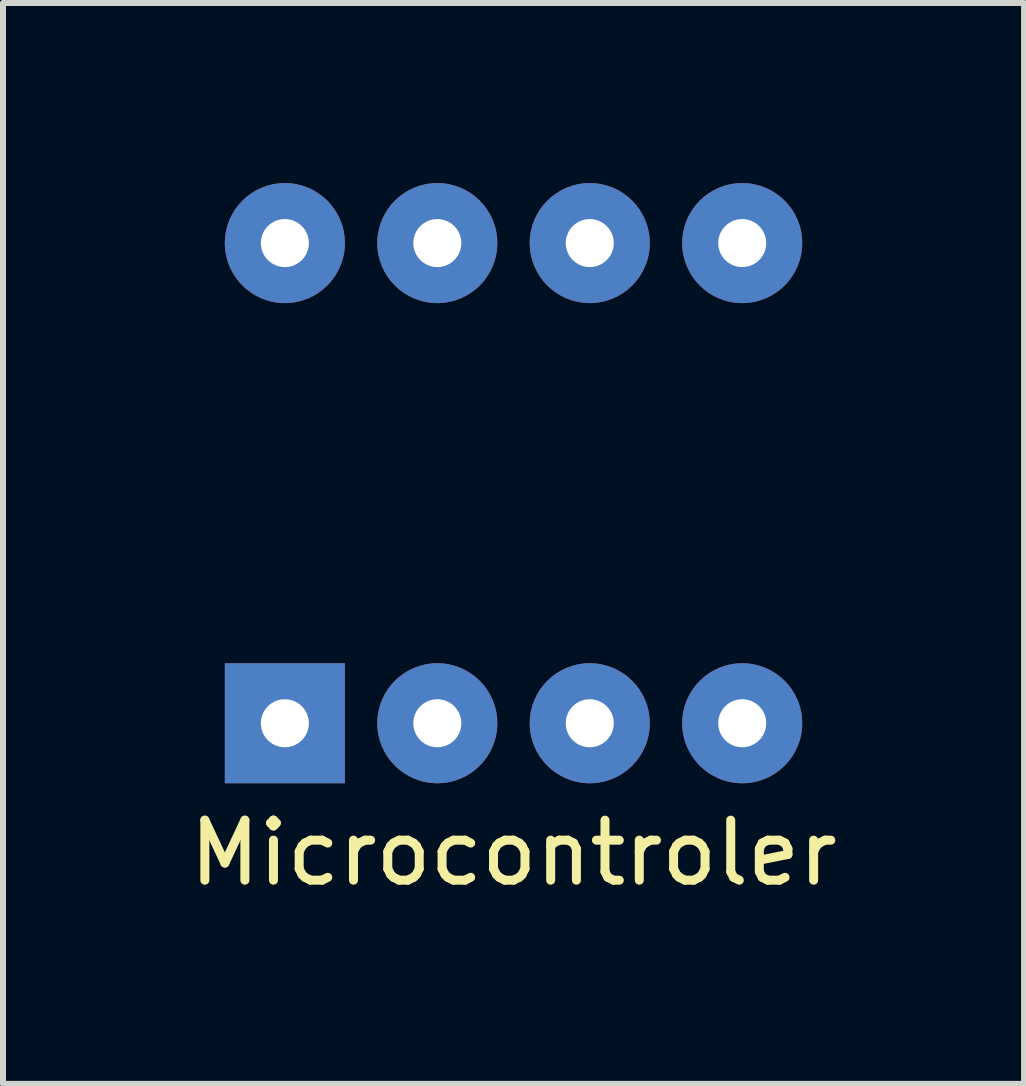
<source format=kicad_pcb>
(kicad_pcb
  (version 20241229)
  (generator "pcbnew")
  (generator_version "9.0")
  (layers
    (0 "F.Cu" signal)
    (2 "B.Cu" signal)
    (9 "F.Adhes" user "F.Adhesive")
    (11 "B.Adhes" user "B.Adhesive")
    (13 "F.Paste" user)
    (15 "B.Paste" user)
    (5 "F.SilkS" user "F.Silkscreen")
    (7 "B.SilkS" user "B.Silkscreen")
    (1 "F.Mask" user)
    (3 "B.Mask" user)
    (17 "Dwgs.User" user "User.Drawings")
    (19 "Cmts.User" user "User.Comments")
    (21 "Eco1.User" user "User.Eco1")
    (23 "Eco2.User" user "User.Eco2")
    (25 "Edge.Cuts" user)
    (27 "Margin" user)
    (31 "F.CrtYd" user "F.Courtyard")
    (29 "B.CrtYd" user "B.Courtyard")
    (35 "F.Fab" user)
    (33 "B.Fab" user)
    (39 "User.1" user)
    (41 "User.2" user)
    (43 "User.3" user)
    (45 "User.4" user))
  (footprint "Microcontroler"
    (layer "F.Cu")
    (at 1.696 1)
    (property "Reference" "Microcontroler" (at 3.81 10.16 0) (layer "F.SilkS") (effects (font (size 1 1) (thickness 0.15))))
    (attr through_hole)
    (pad "1" thru_hole rect (at 0 8) (size 2 2) (drill 0.8) (layers "*.Cu" "*.Mask"))
    (pad "2" thru_hole oval (at 2.54 8) (size 2 2) (drill 0.8) (layers "*.Cu" "*.Mask"))
    (pad "3" thru_hole oval (at 5.08 8) (size 2 2) (drill 0.8) (layers "*.Cu" "*.Mask"))
    (pad "4" thru_hole oval (at 7.62 8) (size 2 2) (drill 0.8) (layers "*.Cu" "*.Mask"))
    (pad "5" thru_hole oval (at 7.62 0) (size 2 2) (drill 0.8) (layers "*.Cu" "*.Mask"))
    (pad "6" thru_hole oval (at 5.08 0) (size 2 2) (drill 0.8) (layers "*.Cu" "*.Mask"))
    (pad "7" thru_hole oval (at 2.54 0) (size 2 2) (drill 0.8) (layers "*.Cu" "*.Mask"))
    (pad "8" thru_hole oval (at 0 0) (size 2 2) (drill 0.8) (layers "*.Cu" "*.Mask")))
  (gr_rect
    (start -3 -3)
    (end 14.012 15.008)
    (stroke (width 0.1) (type default))
    (fill no)
    (layer "Edge.Cuts")))
</source>
